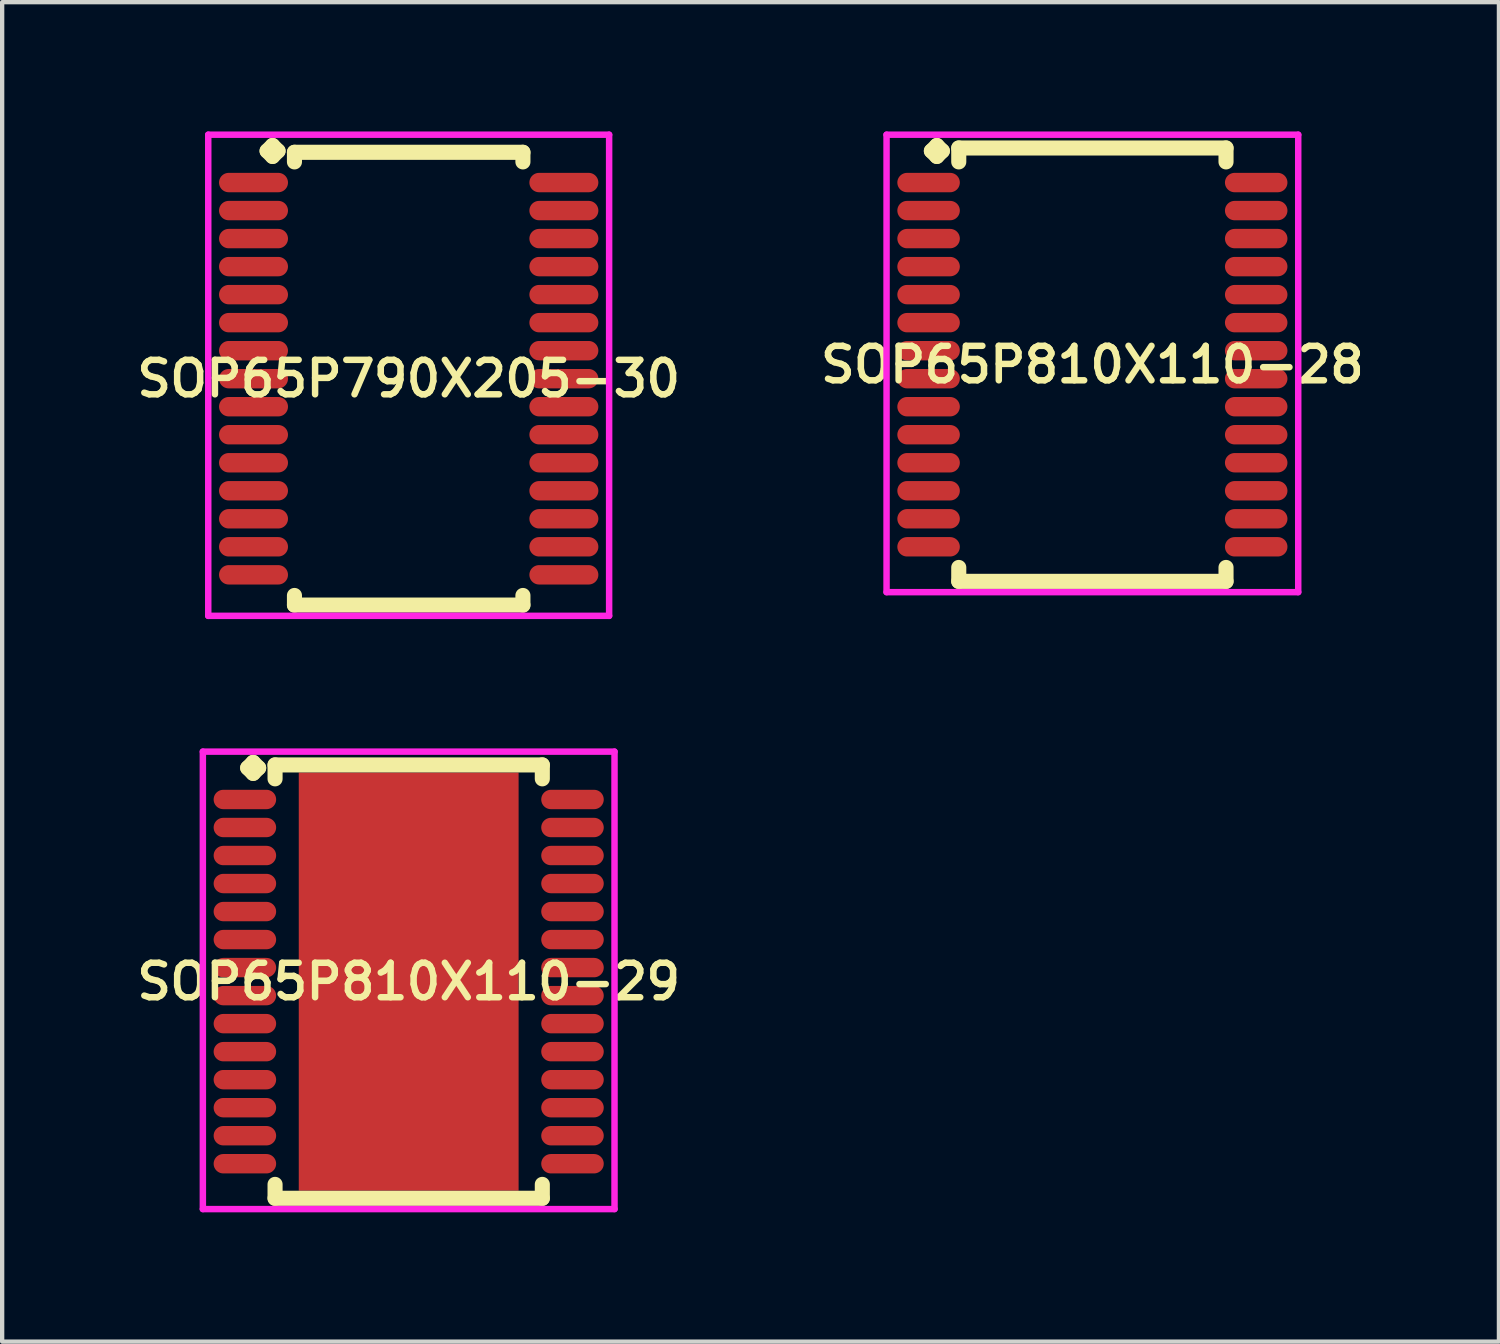
<source format=kicad_pcb>
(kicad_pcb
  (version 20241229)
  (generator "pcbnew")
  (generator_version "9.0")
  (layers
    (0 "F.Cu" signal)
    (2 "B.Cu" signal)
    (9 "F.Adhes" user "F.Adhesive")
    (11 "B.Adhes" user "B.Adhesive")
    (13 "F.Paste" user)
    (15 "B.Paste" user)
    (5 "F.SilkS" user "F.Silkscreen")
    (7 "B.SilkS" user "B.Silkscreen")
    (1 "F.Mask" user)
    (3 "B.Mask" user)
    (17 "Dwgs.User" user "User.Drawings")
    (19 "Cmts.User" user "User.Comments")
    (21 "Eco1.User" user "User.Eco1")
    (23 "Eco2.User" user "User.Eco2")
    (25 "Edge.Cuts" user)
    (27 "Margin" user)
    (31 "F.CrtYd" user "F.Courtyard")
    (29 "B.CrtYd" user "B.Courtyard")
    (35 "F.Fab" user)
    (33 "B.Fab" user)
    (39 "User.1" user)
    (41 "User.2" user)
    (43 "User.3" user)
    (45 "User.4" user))
  (footprint "SOP65P790X205-30"
    (layer "F.Cu")
    (at 6.431 5.735)
    (property "Reference" "SOP65P790X205-30" (at 0 0 0) (layer "F.SilkS") (effects (font (size 0.8 0.8) (thickness 0.15))))
    (attr smd)
    (fp_line (start -3.285 -5.283) (end -3.158 -5.41) (stroke (width 0.35) (type solid)) (layer "F.SilkS"))
    (fp_line (start -3.158 -5.41) (end -3.031 -5.283) (stroke (width 0.35) (type solid)) (layer "F.SilkS"))
    (fp_line (start -3.158 -5.156) (end -3.285 -5.283) (stroke (width 0.35) (type solid)) (layer "F.SilkS"))
    (fp_line (start -3.031 -5.283) (end -3.158 -5.156) (stroke (width 0.35) (type solid)) (layer "F.SilkS"))
    (fp_line (start -2.65 -5.252) (end 2.65 -5.252) (stroke (width 0.35) (type solid)) (layer "F.SilkS"))
    (fp_line (start -2.65 -5.029) (end -2.65 -5.252) (stroke (width 0.35) (type solid)) (layer "F.SilkS"))
    (fp_line (start -2.65 5.029) (end -2.65 5.252) (stroke (width 0.35) (type solid)) (layer "F.SilkS"))
    (fp_line (start -2.65 5.252) (end 2.65 5.252) (stroke (width 0.35) (type solid)) (layer "F.SilkS"))
    (fp_line (start 2.65 -5.252) (end 2.65 -5.029) (stroke (width 0.35) (type solid)) (layer "F.SilkS"))
    (fp_line (start 2.65 5.252) (end 2.65 5.029) (stroke (width 0.35) (type solid)) (layer "F.SilkS"))
    (fp_line (start -4.65 -5.66) (end 4.65 -5.66) (stroke (width 0.15) (type solid)) (layer "F.CrtYd"))
    (fp_line (start -4.65 5.502) (end -4.65 -5.66) (stroke (width 0.15) (type solid)) (layer "F.CrtYd"))
    (fp_line (start 4.65 -5.66) (end 4.65 5.502) (stroke (width 0.15) (type solid)) (layer "F.CrtYd"))
    (fp_line (start 4.65 5.502) (end -4.65 5.502) (stroke (width 0.15) (type solid)) (layer "F.CrtYd"))
    (pad "1" smd oval (at -3.6 -4.55) (size 1.6 0.45) (layers "F.Cu" "F.Mask" "F.Paste"))
    (pad "2" smd oval (at -3.6 -3.9) (size 1.6 0.45) (layers "F.Cu" "F.Mask" "F.Paste"))
    (pad "3" smd oval (at -3.6 -3.25) (size 1.6 0.45) (layers "F.Cu" "F.Mask" "F.Paste"))
    (pad "4" smd oval (at -3.6 -2.6) (size 1.6 0.45) (layers "F.Cu" "F.Mask" "F.Paste"))
    (pad "5" smd oval (at -3.6 -1.95) (size 1.6 0.45) (layers "F.Cu" "F.Mask" "F.Paste"))
    (pad "6" smd oval (at -3.6 -1.3) (size 1.6 0.45) (layers "F.Cu" "F.Mask" "F.Paste"))
    (pad "7" smd oval (at -3.6 -0.65) (size 1.6 0.45) (layers "F.Cu" "F.Mask" "F.Paste"))
    (pad "8" smd oval (at -3.6 0) (size 1.6 0.45) (layers "F.Cu" "F.Mask" "F.Paste"))
    (pad "9" smd oval (at -3.6 0.65) (size 1.6 0.45) (layers "F.Cu" "F.Mask" "F.Paste"))
    (pad "10" smd oval (at -3.6 1.3) (size 1.6 0.45) (layers "F.Cu" "F.Mask" "F.Paste"))
    (pad "11" smd oval (at -3.6 1.95) (size 1.6 0.45) (layers "F.Cu" "F.Mask" "F.Paste"))
    (pad "12" smd oval (at -3.6 2.6) (size 1.6 0.45) (layers "F.Cu" "F.Mask" "F.Paste"))
    (pad "13" smd oval (at -3.6 3.25) (size 1.6 0.45) (layers "F.Cu" "F.Mask" "F.Paste"))
    (pad "14" smd oval (at -3.6 3.9) (size 1.6 0.45) (layers "F.Cu" "F.Mask" "F.Paste"))
    (pad "15" smd oval (at -3.6 4.55) (size 1.6 0.45) (layers "F.Cu" "F.Mask" "F.Paste"))
    (pad "16" smd oval (at 3.6 4.55) (size 1.6 0.45) (layers "F.Cu" "F.Mask" "F.Paste"))
    (pad "17" smd oval (at 3.6 3.9) (size 1.6 0.45) (layers "F.Cu" "F.Mask" "F.Paste"))
    (pad "18" smd oval (at 3.6 3.25) (size 1.6 0.45) (layers "F.Cu" "F.Mask" "F.Paste"))
    (pad "19" smd oval (at 3.6 2.6) (size 1.6 0.45) (layers "F.Cu" "F.Mask" "F.Paste"))
    (pad "20" smd oval (at 3.6 1.95) (size 1.6 0.45) (layers "F.Cu" "F.Mask" "F.Paste"))
    (pad "21" smd oval (at 3.6 1.3) (size 1.6 0.45) (layers "F.Cu" "F.Mask" "F.Paste"))
    (pad "22" smd oval (at 3.6 0.65) (size 1.6 0.45) (layers "F.Cu" "F.Mask" "F.Paste"))
    (pad "23" smd oval (at 3.6 0) (size 1.6 0.45) (layers "F.Cu" "F.Mask" "F.Paste"))
    (pad "24" smd oval (at 3.6 -0.65) (size 1.6 0.45) (layers "F.Cu" "F.Mask" "F.Paste"))
    (pad "25" smd oval (at 3.6 -1.3) (size 1.6 0.45) (layers "F.Cu" "F.Mask" "F.Paste"))
    (pad "26" smd oval (at 3.6 -1.95) (size 1.6 0.45) (layers "F.Cu" "F.Mask" "F.Paste"))
    (pad "27" smd oval (at 3.6 -2.6) (size 1.6 0.45) (layers "F.Cu" "F.Mask" "F.Paste"))
    (pad "28" smd oval (at 3.6 -3.25) (size 1.6 0.45) (layers "F.Cu" "F.Mask" "F.Paste"))
    (pad "29" smd oval (at 3.6 -3.9) (size 1.6 0.45) (layers "F.Cu" "F.Mask" "F.Paste"))
    (pad "30" smd oval (at 3.6 -4.55) (size 1.6 0.45) (layers "F.Cu" "F.Mask" "F.Paste")))
  (footprint "SOP65P810X110-29"
    (layer "F.Cu")
    (at 6.431 19.722)
    (property "Reference" "SOP65P810X110-29" (at 0 0 0) (layer "F.SilkS") (effects (font (size 0.8 0.8) (thickness 0.15))))
    (attr smd)
    (fp_line (start -3.735 -4.958) (end -3.608 -5.085) (stroke (width 0.35) (type solid)) (layer "F.SilkS"))
    (fp_line (start -3.608 -5.085) (end -3.481 -4.958) (stroke (width 0.35) (type solid)) (layer "F.SilkS"))
    (fp_line (start -3.608 -4.831) (end -3.735 -4.958) (stroke (width 0.35) (type solid)) (layer "F.SilkS"))
    (fp_line (start -3.481 -4.958) (end -3.608 -4.831) (stroke (width 0.35) (type solid)) (layer "F.SilkS"))
    (fp_line (start -3.1 -5.027) (end 3.1 -5.027) (stroke (width 0.35) (type solid)) (layer "F.SilkS"))
    (fp_line (start -3.1 -4.704) (end -3.1 -5.027) (stroke (width 0.35) (type solid)) (layer "F.SilkS"))
    (fp_line (start -3.1 4.704) (end -3.1 5.027) (stroke (width 0.35) (type solid)) (layer "F.SilkS"))
    (fp_line (start -3.1 5.027) (end 3.1 5.027) (stroke (width 0.35) (type solid)) (layer "F.SilkS"))
    (fp_line (start 3.1 -5.027) (end 3.1 -4.704) (stroke (width 0.35) (type solid)) (layer "F.SilkS"))
    (fp_line (start 3.1 5.027) (end 3.1 4.704) (stroke (width 0.35) (type solid)) (layer "F.SilkS"))
    (fp_line (start -4.775 -5.335) (end 4.775 -5.335) (stroke (width 0.15) (type solid)) (layer "F.CrtYd"))
    (fp_line (start -4.775 5.277) (end -4.775 -5.335) (stroke (width 0.15) (type solid)) (layer "F.CrtYd"))
    (fp_line (start 4.775 -5.335) (end 4.775 5.277) (stroke (width 0.15) (type solid)) (layer "F.CrtYd"))
    (fp_line (start 4.775 5.277) (end -4.775 5.277) (stroke (width 0.15) (type solid)) (layer "F.CrtYd"))
    (pad "1" smd oval (at -3.8 -4.225) (size 1.45 0.45) (layers "F.Cu" "F.Mask" "F.Paste"))
    (pad "2" smd oval (at -3.8 -3.575) (size 1.45 0.45) (layers "F.Cu" "F.Mask" "F.Paste"))
    (pad "3" smd oval (at -3.8 -2.925) (size 1.45 0.45) (layers "F.Cu" "F.Mask" "F.Paste"))
    (pad "4" smd oval (at -3.8 -2.275) (size 1.45 0.45) (layers "F.Cu" "F.Mask" "F.Paste"))
    (pad "5" smd oval (at -3.8 -1.625) (size 1.45 0.45) (layers "F.Cu" "F.Mask" "F.Paste"))
    (pad "6" smd oval (at -3.8 -0.975) (size 1.45 0.45) (layers "F.Cu" "F.Mask" "F.Paste"))
    (pad "7" smd oval (at -3.8 -0.325) (size 1.45 0.45) (layers "F.Cu" "F.Mask" "F.Paste"))
    (pad "8" smd oval (at -3.8 0.325) (size 1.45 0.45) (layers "F.Cu" "F.Mask" "F.Paste"))
    (pad "9" smd oval (at -3.8 0.975) (size 1.45 0.45) (layers "F.Cu" "F.Mask" "F.Paste"))
    (pad "10" smd oval (at -3.8 1.625) (size 1.45 0.45) (layers "F.Cu" "F.Mask" "F.Paste"))
    (pad "11" smd oval (at -3.8 2.275) (size 1.45 0.45) (layers "F.Cu" "F.Mask" "F.Paste"))
    (pad "12" smd oval (at -3.8 2.925) (size 1.45 0.45) (layers "F.Cu" "F.Mask" "F.Paste"))
    (pad "13" smd oval (at -3.8 3.575) (size 1.45 0.45) (layers "F.Cu" "F.Mask" "F.Paste"))
    (pad "14" smd oval (at -3.8 4.225) (size 1.45 0.45) (layers "F.Cu" "F.Mask" "F.Paste"))
    (pad "15" smd oval (at 3.8 4.225) (size 1.45 0.45) (layers "F.Cu" "F.Mask" "F.Paste"))
    (pad "16" smd oval (at 3.8 3.575) (size 1.45 0.45) (layers "F.Cu" "F.Mask" "F.Paste"))
    (pad "17" smd oval (at 3.8 2.925) (size 1.45 0.45) (layers "F.Cu" "F.Mask" "F.Paste"))
    (pad "18" smd oval (at 3.8 2.275) (size 1.45 0.45) (layers "F.Cu" "F.Mask" "F.Paste"))
    (pad "19" smd oval (at 3.8 1.625) (size 1.45 0.45) (layers "F.Cu" "F.Mask" "F.Paste"))
    (pad "20" smd oval (at 3.8 0.975) (size 1.45 0.45) (layers "F.Cu" "F.Mask" "F.Paste"))
    (pad "21" smd oval (at 3.8 0.325) (size 1.45 0.45) (layers "F.Cu" "F.Mask" "F.Paste"))
    (pad "22" smd oval (at 3.8 -0.325) (size 1.45 0.45) (layers "F.Cu" "F.Mask" "F.Paste"))
    (pad "23" smd oval (at 3.8 -0.975) (size 1.45 0.45) (layers "F.Cu" "F.Mask" "F.Paste"))
    (pad "24" smd oval (at 3.8 -1.625) (size 1.45 0.45) (layers "F.Cu" "F.Mask" "F.Paste"))
    (pad "25" smd oval (at 3.8 -2.275) (size 1.45 0.45) (layers "F.Cu" "F.Mask" "F.Paste"))
    (pad "26" smd oval (at 3.8 -2.925) (size 1.45 0.45) (layers "F.Cu" "F.Mask" "F.Paste"))
    (pad "27" smd oval (at 3.8 -3.575) (size 1.45 0.45) (layers "F.Cu" "F.Mask" "F.Paste"))
    (pad "28" smd oval (at 3.8 -4.225) (size 1.45 0.45) (layers "F.Cu" "F.Mask" "F.Paste"))
    (pad "29" smd rect (at 0 0) (size 5.1 9.7) (layers "F.Cu" "F.Mask" "F.Paste")))
  (footprint "SOP65P810X110-28"
    (layer "F.Cu")
    (at 22.292 5.41)
    (property "Reference" "SOP65P810X110-28" (at 0 0 0) (layer "F.SilkS") (effects (font (size 0.8 0.8) (thickness 0.15))))
    (attr smd)
    (fp_line (start -3.735 -4.958) (end -3.608 -5.085) (stroke (width 0.35) (type solid)) (layer "F.SilkS"))
    (fp_line (start -3.608 -5.085) (end -3.481 -4.958) (stroke (width 0.35) (type solid)) (layer "F.SilkS"))
    (fp_line (start -3.608 -4.831) (end -3.735 -4.958) (stroke (width 0.35) (type solid)) (layer "F.SilkS"))
    (fp_line (start -3.481 -4.958) (end -3.608 -4.831) (stroke (width 0.35) (type solid)) (layer "F.SilkS"))
    (fp_line (start -3.1 -5.027) (end 3.1 -5.027) (stroke (width 0.35) (type solid)) (layer "F.SilkS"))
    (fp_line (start -3.1 -4.704) (end -3.1 -5.027) (stroke (width 0.35) (type solid)) (layer "F.SilkS"))
    (fp_line (start -3.1 4.704) (end -3.1 5.027) (stroke (width 0.35) (type solid)) (layer "F.SilkS"))
    (fp_line (start -3.1 5.027) (end 3.1 5.027) (stroke (width 0.35) (type solid)) (layer "F.SilkS"))
    (fp_line (start 3.1 -5.027) (end 3.1 -4.704) (stroke (width 0.35) (type solid)) (layer "F.SilkS"))
    (fp_line (start 3.1 5.027) (end 3.1 4.704) (stroke (width 0.35) (type solid)) (layer "F.SilkS"))
    (fp_line (start -4.775 -5.335) (end 4.775 -5.335) (stroke (width 0.15) (type solid)) (layer "F.CrtYd"))
    (fp_line (start -4.775 5.277) (end -4.775 -5.335) (stroke (width 0.15) (type solid)) (layer "F.CrtYd"))
    (fp_line (start 4.775 -5.335) (end 4.775 5.277) (stroke (width 0.15) (type solid)) (layer "F.CrtYd"))
    (fp_line (start 4.775 5.277) (end -4.775 5.277) (stroke (width 0.15) (type solid)) (layer "F.CrtYd"))
    (pad "1" smd oval (at -3.8 -4.225) (size 1.45 0.45) (layers "F.Cu" "F.Mask" "F.Paste"))
    (pad "2" smd oval (at -3.8 -3.575) (size 1.45 0.45) (layers "F.Cu" "F.Mask" "F.Paste"))
    (pad "3" smd oval (at -3.8 -2.925) (size 1.45 0.45) (layers "F.Cu" "F.Mask" "F.Paste"))
    (pad "4" smd oval (at -3.8 -2.275) (size 1.45 0.45) (layers "F.Cu" "F.Mask" "F.Paste"))
    (pad "5" smd oval (at -3.8 -1.625) (size 1.45 0.45) (layers "F.Cu" "F.Mask" "F.Paste"))
    (pad "6" smd oval (at -3.8 -0.975) (size 1.45 0.45) (layers "F.Cu" "F.Mask" "F.Paste"))
    (pad "7" smd oval (at -3.8 -0.325) (size 1.45 0.45) (layers "F.Cu" "F.Mask" "F.Paste"))
    (pad "8" smd oval (at -3.8 0.325) (size 1.45 0.45) (layers "F.Cu" "F.Mask" "F.Paste"))
    (pad "9" smd oval (at -3.8 0.975) (size 1.45 0.45) (layers "F.Cu" "F.Mask" "F.Paste"))
    (pad "10" smd oval (at -3.8 1.625) (size 1.45 0.45) (layers "F.Cu" "F.Mask" "F.Paste"))
    (pad "11" smd oval (at -3.8 2.275) (size 1.45 0.45) (layers "F.Cu" "F.Mask" "F.Paste"))
    (pad "12" smd oval (at -3.8 2.925) (size 1.45 0.45) (layers "F.Cu" "F.Mask" "F.Paste"))
    (pad "13" smd oval (at -3.8 3.575) (size 1.45 0.45) (layers "F.Cu" "F.Mask" "F.Paste"))
    (pad "14" smd oval (at -3.8 4.225) (size 1.45 0.45) (layers "F.Cu" "F.Mask" "F.Paste"))
    (pad "15" smd oval (at 3.8 4.225) (size 1.45 0.45) (layers "F.Cu" "F.Mask" "F.Paste"))
    (pad "16" smd oval (at 3.8 3.575) (size 1.45 0.45) (layers "F.Cu" "F.Mask" "F.Paste"))
    (pad "17" smd oval (at 3.8 2.925) (size 1.45 0.45) (layers "F.Cu" "F.Mask" "F.Paste"))
    (pad "18" smd oval (at 3.8 2.275) (size 1.45 0.45) (layers "F.Cu" "F.Mask" "F.Paste"))
    (pad "19" smd oval (at 3.8 1.625) (size 1.45 0.45) (layers "F.Cu" "F.Mask" "F.Paste"))
    (pad "20" smd oval (at 3.8 0.975) (size 1.45 0.45) (layers "F.Cu" "F.Mask" "F.Paste"))
    (pad "21" smd oval (at 3.8 0.325) (size 1.45 0.45) (layers "F.Cu" "F.Mask" "F.Paste"))
    (pad "22" smd oval (at 3.8 -0.325) (size 1.45 0.45) (layers "F.Cu" "F.Mask" "F.Paste"))
    (pad "23" smd oval (at 3.8 -0.975) (size 1.45 0.45) (layers "F.Cu" "F.Mask" "F.Paste"))
    (pad "24" smd oval (at 3.8 -1.625) (size 1.45 0.45) (layers "F.Cu" "F.Mask" "F.Paste"))
    (pad "25" smd oval (at 3.8 -2.275) (size 1.45 0.45) (layers "F.Cu" "F.Mask" "F.Paste"))
    (pad "26" smd oval (at 3.8 -2.925) (size 1.45 0.45) (layers "F.Cu" "F.Mask" "F.Paste"))
    (pad "27" smd oval (at 3.8 -3.575) (size 1.45 0.45) (layers "F.Cu" "F.Mask" "F.Paste"))
    (pad "28" smd oval (at 3.8 -4.225) (size 1.45 0.45) (layers "F.Cu" "F.Mask" "F.Paste")))
  (gr_rect
    (start -3 -3)
    (end 31.723 28.074)
    (stroke (width 0.1) (type default))
    (fill no)
    (layer "Edge.Cuts")))
</source>
